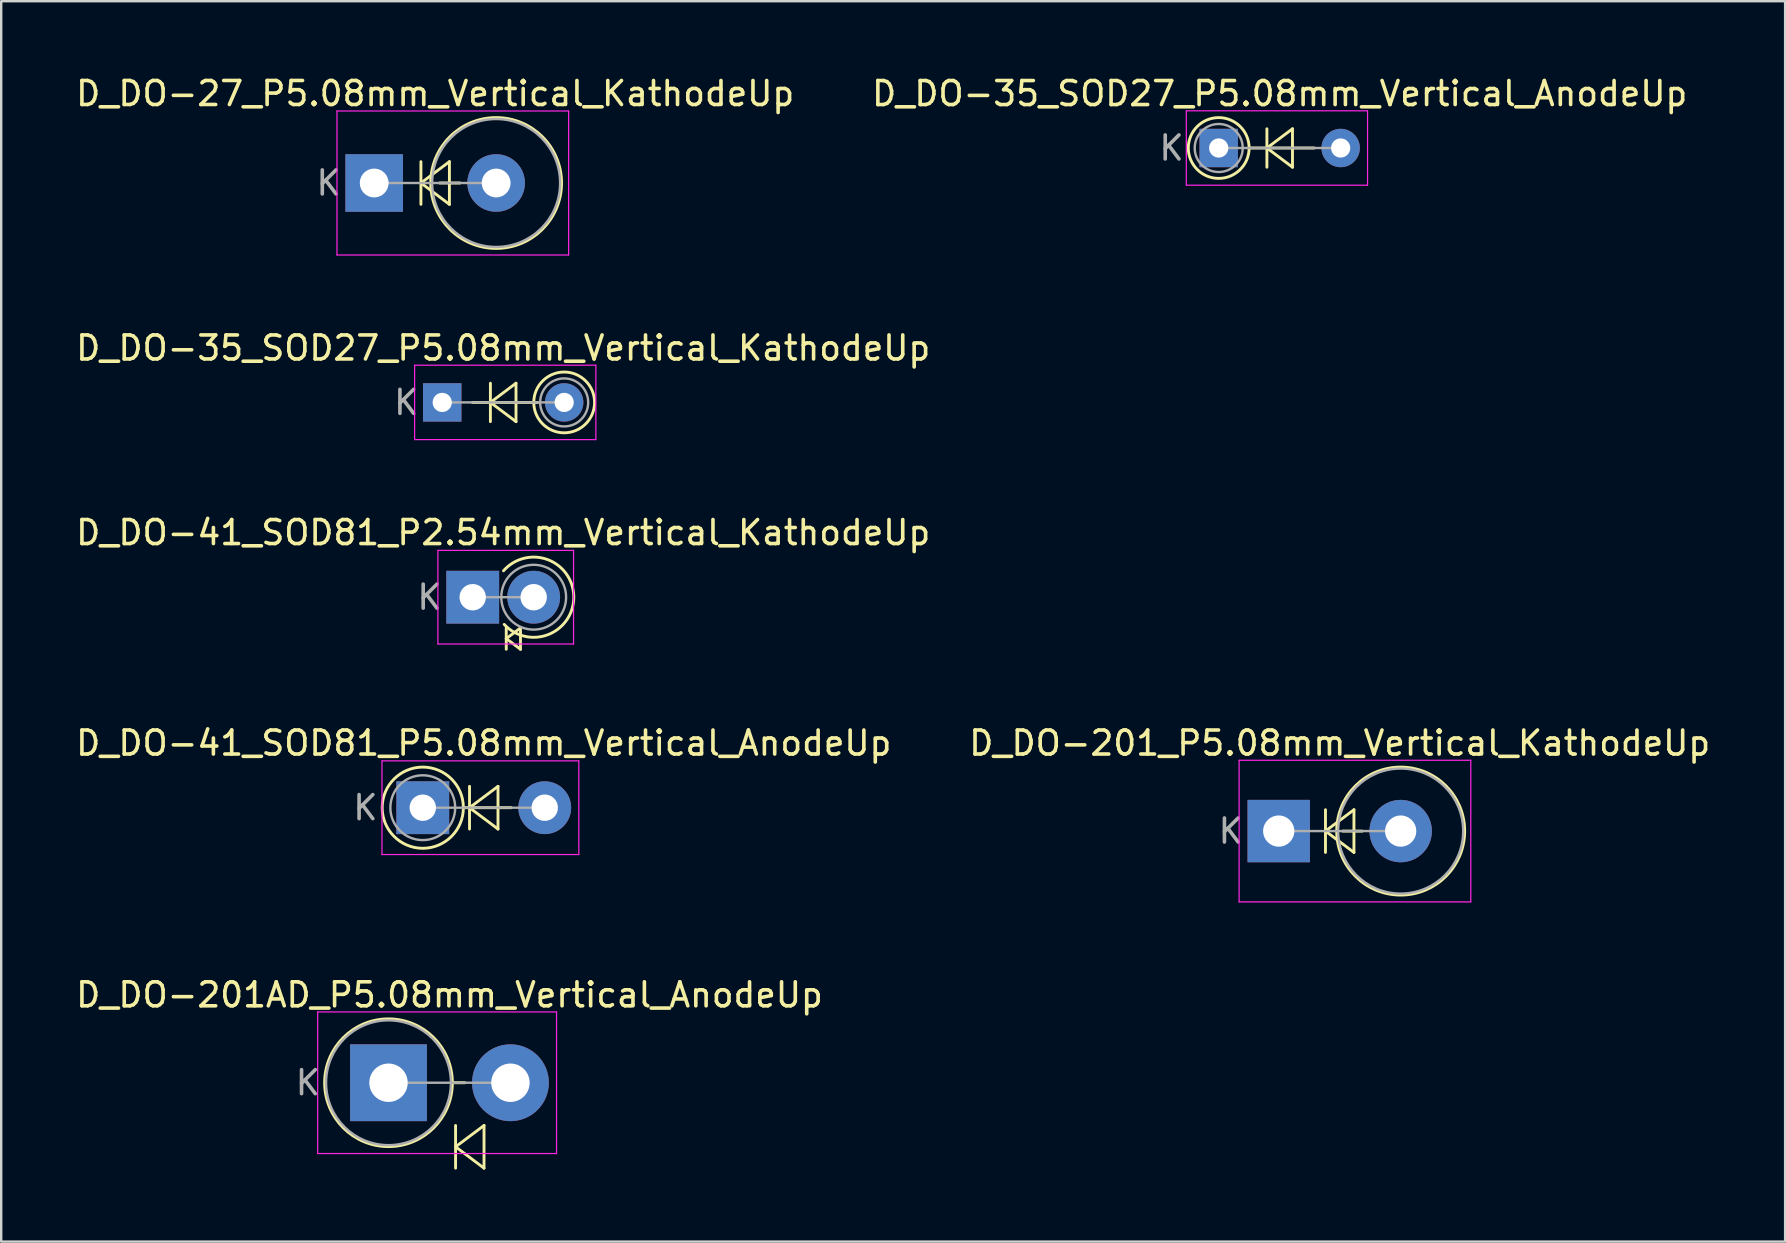
<source format=kicad_pcb>
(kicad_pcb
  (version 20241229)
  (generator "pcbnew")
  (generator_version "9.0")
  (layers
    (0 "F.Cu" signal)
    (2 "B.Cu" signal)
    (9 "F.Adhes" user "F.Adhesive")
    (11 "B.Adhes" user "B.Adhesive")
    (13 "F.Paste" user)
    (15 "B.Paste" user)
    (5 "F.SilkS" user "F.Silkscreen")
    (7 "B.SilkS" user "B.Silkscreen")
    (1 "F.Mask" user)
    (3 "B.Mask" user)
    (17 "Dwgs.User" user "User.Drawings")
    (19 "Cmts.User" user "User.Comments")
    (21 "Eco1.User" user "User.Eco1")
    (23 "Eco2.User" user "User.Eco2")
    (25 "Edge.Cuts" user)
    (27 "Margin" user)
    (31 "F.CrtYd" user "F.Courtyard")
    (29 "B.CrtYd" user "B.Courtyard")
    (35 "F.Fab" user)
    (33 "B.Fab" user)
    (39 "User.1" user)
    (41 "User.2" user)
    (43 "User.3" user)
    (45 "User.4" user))
  (footprint "D_DO-41_SOD81_P5.08mm_Vertical_AnodeUp"
    (layer "F.Cu")
    (at 14.561 30.595)
    (property "Reference" "D_DO-41_SOD81_P5.08mm_Vertical_AnodeUp" (at 2.54 -2.691 0) (layer "F.SilkS") (effects (font (size 1 1) (thickness 0.15))))
    (attr through_hole)
    (fp_line (start 1.691 0) (end 3.68 0) (stroke (width 0.12) (type solid)) (layer "F.SilkS"))
    (fp_line (start 1.947 -0.889) (end 1.947 0.889) (stroke (width 0.12) (type solid)) (layer "F.SilkS"))
    (fp_line (start 1.947 0) (end 3.133 -0.889) (stroke (width 0.12) (type solid)) (layer "F.SilkS"))
    (fp_line (start 3.133 -0.889) (end 3.133 0.889) (stroke (width 0.12) (type solid)) (layer "F.SilkS"))
    (fp_line (start 3.133 0.889) (end 1.947 0) (stroke (width 0.12) (type solid)) (layer "F.SilkS"))
    (fp_circle (center 0 0) (end 1.691 0) (stroke (width 0.12) (type solid)) (fill no) (layer "F.SilkS"))
    (fp_line (start -1.7 -1.95) (end -1.7 1.95) (stroke (width 0.05) (type solid)) (layer "F.CrtYd"))
    (fp_line (start -1.7 1.95) (end 6.5 1.95) (stroke (width 0.05) (type solid)) (layer "F.CrtYd"))
    (fp_line (start 6.5 -1.95) (end -1.7 -1.95) (stroke (width 0.05) (type solid)) (layer "F.CrtYd"))
    (fp_line (start 6.5 1.95) (end 6.5 -1.95) (stroke (width 0.05) (type solid)) (layer "F.CrtYd"))
    (fp_line (start 0 0) (end 5.08 0) (stroke (width 0.1) (type solid)) (layer "F.Fab"))
    (fp_circle (center 0 0) (end 1.35 0) (stroke (width 0.1) (type solid)) (fill no) (layer "F.Fab"))
    (fp_text user "K" (at -2.391 0 0) (layer "F.Fab") (effects (font (size 1 1) (thickness 0.15))))
    (pad "1" thru_hole rect (at 0 0) (size 2.2 2.2) (drill 1.1) (layers "*.Cu" "*.Mask"))
    (pad "2" thru_hole oval (at 5.08 0) (size 2.2 2.2) (drill 1.1) (layers "*.Cu" "*.Mask")))
  (footprint "D_DO-41_SOD81_P2.54mm_Vertical_KathodeUp"
    (layer "F.Cu")
    (at 16.641 21.827)
    (property "Reference" "D_DO-41_SOD81_P2.54mm_Vertical_KathodeUp" (at 1.27 -2.691 0) (layer "F.SilkS") (effects (font (size 1 1) (thickness 0.15))))
    (attr through_hole)
    (fp_line (start 1.397 1.28) (end 1.397 2.169) (stroke (width 0.12) (type solid)) (layer "F.SilkS"))
    (fp_line (start 1.397 1.724) (end 1.99 1.28) (stroke (width 0.12) (type solid)) (layer "F.SilkS"))
    (fp_line (start 1.99 1.28) (end 1.99 2.169) (stroke (width 0.12) (type solid)) (layer "F.SilkS"))
    (fp_line (start 1.99 2.169) (end 1.397 1.724) (stroke (width 0.12) (type solid)) (layer "F.SilkS"))
    (fp_arc (start 1.282484 -1.1) (mid 4.21058 -0.022525) (end 1.312599 1.133505) (stroke (width 0.12) (type solid)) (layer "F.SilkS"))
    (fp_line (start -1.45 -1.95) (end -1.45 1.95) (stroke (width 0.05) (type solid)) (layer "F.CrtYd"))
    (fp_line (start -1.45 1.95) (end 4.2 1.95) (stroke (width 0.05) (type solid)) (layer "F.CrtYd"))
    (fp_line (start 4.2 -1.95) (end -1.45 -1.95) (stroke (width 0.05) (type solid)) (layer "F.CrtYd"))
    (fp_line (start 4.2 1.95) (end 4.2 -1.95) (stroke (width 0.05) (type solid)) (layer "F.CrtYd"))
    (fp_line (start 0 0) (end 2.54 0) (stroke (width 0.1) (type solid)) (layer "F.Fab"))
    (fp_circle (center 2.54 0) (end 3.89 0) (stroke (width 0.1) (type solid)) (fill no) (layer "F.Fab"))
    (fp_text user "K" (at -1.8 0 0) (layer "F.Fab") (effects (font (size 1 1) (thickness 0.15))))
    (pad "1" thru_hole rect (at 0 0) (size 2.2 2.2) (drill 1.1) (layers "*.Cu" "*.Mask"))
    (pad "2" thru_hole oval (at 2.54 0) (size 2.2 2.2) (drill 1.1) (layers "*.Cu" "*.Mask")))
  (footprint "D_DO-35_SOD27_P5.08mm_Vertical_KathodeUp"
    (layer "F.Cu")
    (at 15.371 13.713)
    (property "Reference" "D_DO-35_SOD27_P5.08mm_Vertical_KathodeUp" (at 2.54 -2.266 0) (layer "F.SilkS") (effects (font (size 1 1) (thickness 0.15))))
    (attr through_hole)
    (fp_line (start 1.266 0) (end 3.98 0) (stroke (width 0.12) (type solid)) (layer "F.SilkS"))
    (fp_line (start 2.007 -0.8) (end 2.007 0.8) (stroke (width 0.12) (type solid)) (layer "F.SilkS"))
    (fp_line (start 2.007 0) (end 3.073 -0.8) (stroke (width 0.12) (type solid)) (layer "F.SilkS"))
    (fp_line (start 3.073 -0.8) (end 3.073 0.8) (stroke (width 0.12) (type solid)) (layer "F.SilkS"))
    (fp_line (start 3.073 0.8) (end 2.007 0) (stroke (width 0.12) (type solid)) (layer "F.SilkS"))
    (fp_circle (center 5.08 0) (end 6.346 0) (stroke (width 0.12) (type solid)) (fill no) (layer "F.SilkS"))
    (fp_line (start -1.15 -1.55) (end -1.15 1.55) (stroke (width 0.05) (type solid)) (layer "F.CrtYd"))
    (fp_line (start -1.15 1.55) (end 6.4 1.55) (stroke (width 0.05) (type solid)) (layer "F.CrtYd"))
    (fp_line (start 6.4 -1.55) (end -1.15 -1.55) (stroke (width 0.05) (type solid)) (layer "F.CrtYd"))
    (fp_line (start 6.4 1.55) (end 6.4 -1.55) (stroke (width 0.05) (type solid)) (layer "F.CrtYd"))
    (fp_line (start 0 0) (end 5.08 0) (stroke (width 0.1) (type solid)) (layer "F.Fab"))
    (fp_circle (center 5.08 0) (end 6.08 0) (stroke (width 0.1) (type solid)) (fill no) (layer "F.Fab"))
    (fp_text user "K" (at -1.5 0 0) (layer "F.Fab") (effects (font (size 1 1) (thickness 0.15))))
    (pad "1" thru_hole rect (at 0 0) (size 1.6 1.6) (drill 0.8) (layers "*.Cu" "*.Mask"))
    (pad "2" thru_hole oval (at 5.08 0) (size 1.6 1.6) (drill 0.8) (layers "*.Cu" "*.Mask")))
  (footprint "D_DO-35_SOD27_P5.08mm_Vertical_AnodeUp"
    (layer "F.Cu")
    (at 47.716 3.115)
    (property "Reference" "D_DO-35_SOD27_P5.08mm_Vertical_AnodeUp" (at 2.54 -2.266 0) (layer "F.SilkS") (effects (font (size 1 1) (thickness 0.15))))
    (attr through_hole)
    (fp_line (start 1.266 0) (end 3.98 0) (stroke (width 0.12) (type solid)) (layer "F.SilkS"))
    (fp_line (start 2.007 -0.8) (end 2.007 0.8) (stroke (width 0.12) (type solid)) (layer "F.SilkS"))
    (fp_line (start 2.007 0) (end 3.073 -0.8) (stroke (width 0.12) (type solid)) (layer "F.SilkS"))
    (fp_line (start 3.073 -0.8) (end 3.073 0.8) (stroke (width 0.12) (type solid)) (layer "F.SilkS"))
    (fp_line (start 3.073 0.8) (end 2.007 0) (stroke (width 0.12) (type solid)) (layer "F.SilkS"))
    (fp_circle (center 0 0) (end 1.266 0) (stroke (width 0.12) (type solid)) (fill no) (layer "F.SilkS"))
    (fp_line (start -1.35 -1.55) (end -1.35 1.55) (stroke (width 0.05) (type solid)) (layer "F.CrtYd"))
    (fp_line (start -1.35 1.55) (end 6.2 1.55) (stroke (width 0.05) (type solid)) (layer "F.CrtYd"))
    (fp_line (start 6.2 -1.55) (end -1.35 -1.55) (stroke (width 0.05) (type solid)) (layer "F.CrtYd"))
    (fp_line (start 6.2 1.55) (end 6.2 -1.55) (stroke (width 0.05) (type solid)) (layer "F.CrtYd"))
    (fp_line (start 0 0) (end 5.08 0) (stroke (width 0.1) (type solid)) (layer "F.Fab"))
    (fp_circle (center 0 0) (end 1 0) (stroke (width 0.1) (type solid)) (fill no) (layer "F.Fab"))
    (fp_text user "K" (at -1.966 0 0) (layer "F.Fab") (effects (font (size 1 1) (thickness 0.15))))
    (pad "1" thru_hole rect (at 0 0) (size 1.6 1.6) (drill 0.8) (layers "*.Cu" "*.Mask"))
    (pad "2" thru_hole oval (at 5.08 0) (size 1.6 1.6) (drill 0.8) (layers "*.Cu" "*.Mask")))
  (footprint "D_DO-201_P5.08mm_Vertical_KathodeUp"
    (layer "F.Cu")
    (at 50.216 31.569)
    (property "Reference" "D_DO-201_P5.08mm_Vertical_KathodeUp" (at 2.54 -3.665 0) (layer "F.SilkS") (effects (font (size 1 1) (thickness 0.15))))
    (attr through_hole)
    (fp_line (start 1.947 -0.889) (end 1.947 0.889) (stroke (width 0.12) (type solid)) (layer "F.SilkS"))
    (fp_line (start 1.947 0) (end 3.133 -0.889) (stroke (width 0.12) (type solid)) (layer "F.SilkS"))
    (fp_line (start 2.665 0) (end 3.48 0) (stroke (width 0.12) (type solid)) (layer "F.SilkS"))
    (fp_line (start 3.133 -0.889) (end 3.133 0.889) (stroke (width 0.12) (type solid)) (layer "F.SilkS"))
    (fp_line (start 3.133 0.889) (end 1.947 0) (stroke (width 0.12) (type solid)) (layer "F.SilkS"))
    (fp_circle (center 5.08 0) (end 7.745 0) (stroke (width 0.12) (type solid)) (fill no) (layer "F.SilkS"))
    (fp_line (start -1.65 -2.95) (end -1.65 2.95) (stroke (width 0.05) (type solid)) (layer "F.CrtYd"))
    (fp_line (start -1.65 2.95) (end 8 2.95) (stroke (width 0.05) (type solid)) (layer "F.CrtYd"))
    (fp_line (start 8 -2.95) (end -1.65 -2.95) (stroke (width 0.05) (type solid)) (layer "F.CrtYd"))
    (fp_line (start 8 2.95) (end 8 -2.95) (stroke (width 0.05) (type solid)) (layer "F.CrtYd"))
    (fp_line (start 0 0) (end 5.08 0) (stroke (width 0.1) (type solid)) (layer "F.Fab"))
    (fp_circle (center 5.08 0) (end 7.685 0) (stroke (width 0.1) (type solid)) (fill no) (layer "F.Fab"))
    (fp_text user "K" (at -2 0 0) (layer "F.Fab") (effects (font (size 1 1) (thickness 0.15))))
    (pad "1" thru_hole rect (at 0 0) (size 2.6 2.6) (drill 1.3) (layers "*.Cu" "*.Mask"))
    (pad "2" thru_hole oval (at 5.08 0) (size 2.6 2.6) (drill 1.3) (layers "*.Cu" "*.Mask")))
  (footprint "D_DO-201AD_P5.08mm_Vertical_AnodeUp"
    (layer "F.Cu")
    (at 13.133 42.052)
    (property "Reference" "D_DO-201AD_P5.08mm_Vertical_AnodeUp" (at 2.54 -3.66 0) (layer "F.SilkS") (effects (font (size 1 1) (thickness 0.15))))
    (attr through_hole)
    (fp_line (start 2.66 0) (end 3.18 0) (stroke (width 0.12) (type solid)) (layer "F.SilkS"))
    (fp_line (start 2.794 1.78) (end 2.794 3.558) (stroke (width 0.12) (type solid)) (layer "F.SilkS"))
    (fp_line (start 2.794 2.669) (end 3.979 1.78) (stroke (width 0.12) (type solid)) (layer "F.SilkS"))
    (fp_line (start 3.979 1.78) (end 3.979 3.558) (stroke (width 0.12) (type solid)) (layer "F.SilkS"))
    (fp_line (start 3.979 3.558) (end 2.794 2.669) (stroke (width 0.12) (type solid)) (layer "F.SilkS"))
    (fp_circle (center 0 0) (end 2.66 0) (stroke (width 0.12) (type solid)) (fill no) (layer "F.SilkS"))
    (fp_line (start -2.95 -2.95) (end -2.95 2.95) (stroke (width 0.05) (type solid)) (layer "F.CrtYd"))
    (fp_line (start -2.95 2.95) (end 7 2.95) (stroke (width 0.05) (type solid)) (layer "F.CrtYd"))
    (fp_line (start 7 -2.95) (end -2.95 -2.95) (stroke (width 0.05) (type solid)) (layer "F.CrtYd"))
    (fp_line (start 7 2.95) (end 7 -2.95) (stroke (width 0.05) (type solid)) (layer "F.CrtYd"))
    (fp_line (start 0 0) (end 5.08 0) (stroke (width 0.1) (type solid)) (layer "F.Fab"))
    (fp_circle (center 0 0) (end 2.6 0) (stroke (width 0.1) (type solid)) (fill no) (layer "F.Fab"))
    (fp_text user "K" (at -3.36 0 0) (layer "F.Fab") (effects (font (size 1 1) (thickness 0.15))))
    (pad "1" thru_hole rect (at 0 0) (size 3.2 3.2) (drill 1.6) (layers "*.Cu" "*.Mask"))
    (pad "2" thru_hole oval (at 5.08 0) (size 3.2 3.2) (drill 1.6) (layers "*.Cu" "*.Mask")))
  (footprint "D_DO-27_P5.08mm_Vertical_KathodeUp"
    (layer "F.Cu")
    (at 12.537 4.573)
    (property "Reference" "D_DO-27_P5.08mm_Vertical_KathodeUp" (at 2.54 -3.725 0) (layer "F.SilkS") (effects (font (size 1 1) (thickness 0.15))))
    (attr through_hole)
    (fp_line (start 1.947 -0.889) (end 1.947 0.889) (stroke (width 0.12) (type solid)) (layer "F.SilkS"))
    (fp_line (start 1.947 0) (end 3.133 -0.889) (stroke (width 0.12) (type solid)) (layer "F.SilkS"))
    (fp_line (start 2.725 0) (end 3.58 0) (stroke (width 0.12) (type solid)) (layer "F.SilkS"))
    (fp_line (start 3.133 -0.889) (end 3.133 0.889) (stroke (width 0.12) (type solid)) (layer "F.SilkS"))
    (fp_line (start 3.133 0.889) (end 1.947 0) (stroke (width 0.12) (type solid)) (layer "F.SilkS"))
    (fp_circle (center 5.08 0) (end 7.805 0) (stroke (width 0.12) (type solid)) (fill no) (layer "F.SilkS"))
    (fp_line (start -1.55 -3) (end -1.55 3) (stroke (width 0.05) (type solid)) (layer "F.CrtYd"))
    (fp_line (start -1.55 3) (end 8.1 3) (stroke (width 0.05) (type solid)) (layer "F.CrtYd"))
    (fp_line (start 8.1 -3) (end -1.55 -3) (stroke (width 0.05) (type solid)) (layer "F.CrtYd"))
    (fp_line (start 8.1 3) (end 8.1 -3) (stroke (width 0.05) (type solid)) (layer "F.CrtYd"))
    (fp_line (start 0 0) (end 5.08 0) (stroke (width 0.1) (type solid)) (layer "F.Fab"))
    (fp_circle (center 5.08 0) (end 7.745 0) (stroke (width 0.1) (type solid)) (fill no) (layer "F.Fab"))
    (fp_text user "K" (at -1.9 0 0) (layer "F.Fab") (effects (font (size 1 1) (thickness 0.15))))
    (pad "1" thru_hole rect (at 0 0) (size 2.4 2.4) (drill 1.2) (layers "*.Cu" "*.Mask"))
    (pad "2" thru_hole oval (at 5.08 0) (size 2.4 2.4) (drill 1.2) (layers "*.Cu" "*.Mask")))
  (gr_rect
    (start -3 -3)
    (end 71.31 48.67)
    (stroke (width 0.1) (type default))
    (fill no)
    (layer "Edge.Cuts")))
</source>
